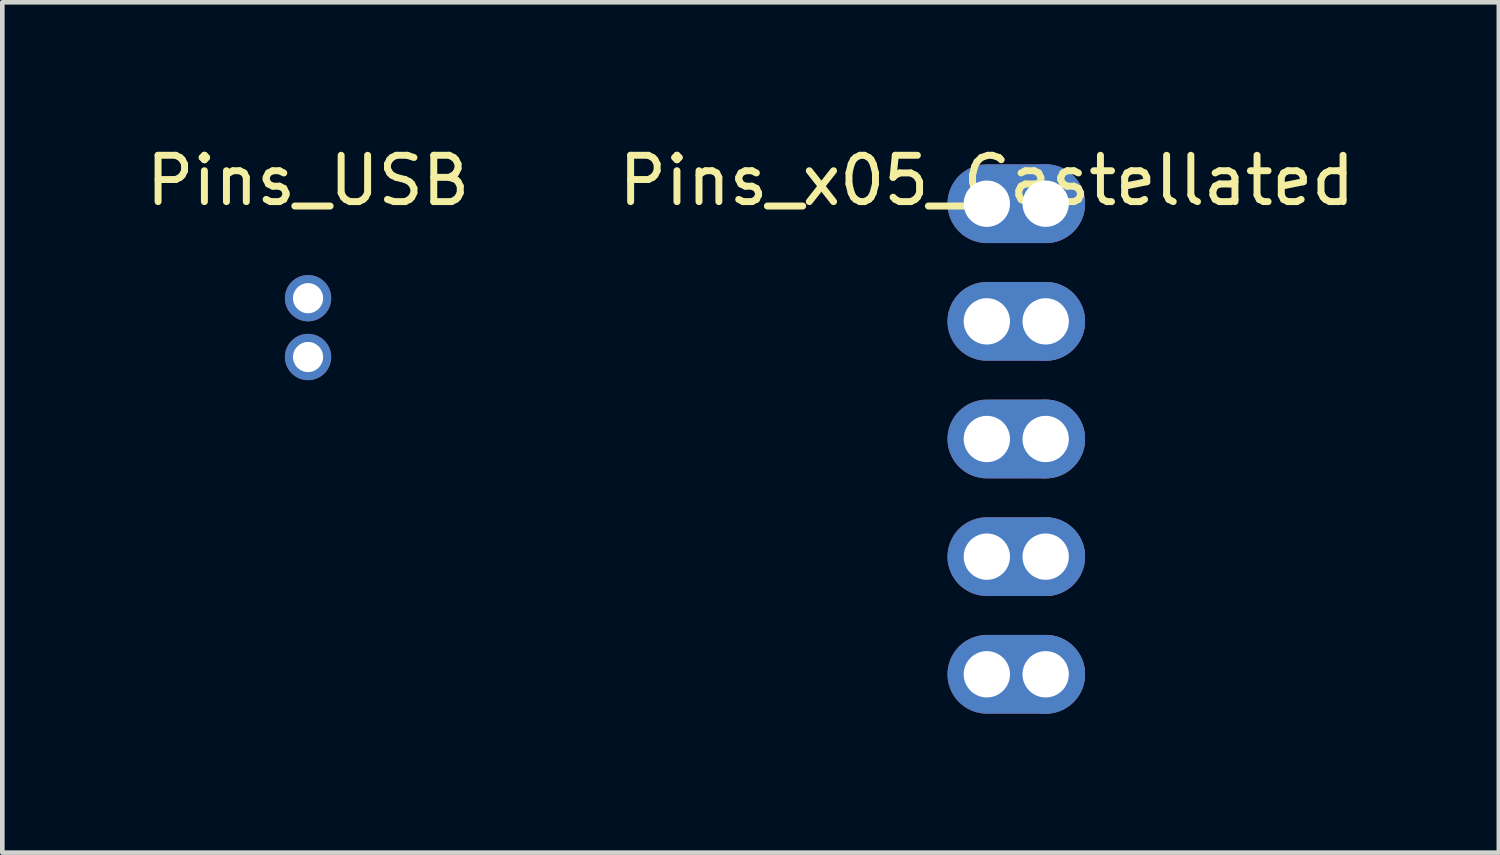
<source format=kicad_pcb>
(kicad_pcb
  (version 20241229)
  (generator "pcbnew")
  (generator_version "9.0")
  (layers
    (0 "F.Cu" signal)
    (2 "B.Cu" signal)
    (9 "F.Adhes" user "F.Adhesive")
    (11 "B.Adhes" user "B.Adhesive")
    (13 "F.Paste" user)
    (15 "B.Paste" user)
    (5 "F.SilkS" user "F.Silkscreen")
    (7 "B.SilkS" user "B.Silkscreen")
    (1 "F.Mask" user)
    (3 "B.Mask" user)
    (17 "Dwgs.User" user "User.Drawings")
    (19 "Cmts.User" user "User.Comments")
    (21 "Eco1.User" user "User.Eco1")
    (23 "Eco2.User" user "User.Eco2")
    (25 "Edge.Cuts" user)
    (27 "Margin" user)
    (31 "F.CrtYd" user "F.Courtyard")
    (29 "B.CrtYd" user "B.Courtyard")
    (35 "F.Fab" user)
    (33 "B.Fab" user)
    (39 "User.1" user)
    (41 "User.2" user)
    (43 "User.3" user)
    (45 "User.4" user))
  (footprint "Pins_USB"
    (layer "F.Cu")
    (at 3.601 3.388)
    (property "Reference" "Pins_USB" (at 0 -2.54 0) (layer "F.SilkS") (effects (font (size 1 1) (thickness 0.15))))
    (attr through_hole)
    (pad "1" thru_hole circle (at 0 0) (size 1 1) (drill 0.65) (layers "*.Cu" "*.Mask"))
    (pad "2" thru_hole circle (at 0 1.27) (size 1 1) (drill 0.65) (layers "*.Cu" "*.Mask")))
  (footprint "Pins_x05_Castellated"
    (layer "F.Cu")
    (at 18.256 1.348)
    (property "Reference" "Pins_x05_Castellated" (at 0 -0.5 0) (unlocked yes) (layer "F.SilkS") (effects (font (size 1 1) (thickness 0.15))))
    (attr through_hole exclude_from_pos_files exclude_from_bom)
    (pad "1" thru_hole oval (at 0 0) (size 2.97 1.7) (drill 1 (offset 0.635 0)) (layers "*.Cu" "*.Mask"))
    (pad "1" thru_hole oval (at 1.27 0) (size 1.7 1.7) (drill 1) (property pad_prop_castellated) (layers "*.Cu" "*.Mask"))
    (pad "2" thru_hole oval (at 0 2.54) (size 2.97 1.7) (drill 1 (offset 0.635 0)) (layers "*.Cu" "*.Mask"))
    (pad "2" thru_hole circle (at 1.27 2.54) (size 1.7 1.7) (drill 1) (property pad_prop_castellated) (layers "*.Cu" "*.Mask"))
    (pad "3" thru_hole oval (at 0 5.08) (size 2.97 1.7) (drill 1 (offset 0.635 0)) (layers "*.Cu" "*.Mask"))
    (pad "3" thru_hole circle (at 1.27 5.08) (size 1.7 1.7) (drill 1) (property pad_prop_castellated) (layers "*.Cu" "*.Mask"))
    (pad "4" thru_hole oval (at 0 7.62) (size 2.97 1.7) (drill 1 (offset 0.635 0)) (layers "*.Cu" "*.Mask"))
    (pad "4" thru_hole circle (at 1.27 7.62) (size 1.7 1.7) (drill 1) (property pad_prop_castellated) (layers "*.Cu" "*.Mask"))
    (pad "5" thru_hole oval (at 0 10.16) (size 2.97 1.7) (drill 1 (offset 0.635 0)) (layers "*.Cu" "*.Mask"))
    (pad "5" thru_hole circle (at 1.27 10.16) (size 1.7 1.7) (drill 1) (property pad_prop_castellated) (layers "*.Cu" "*.Mask")))
  (gr_rect
    (start -3 -3)
    (end 29.31 15.358)
    (stroke (width 0.1) (type default))
    (fill no)
    (layer "Edge.Cuts")))
</source>
